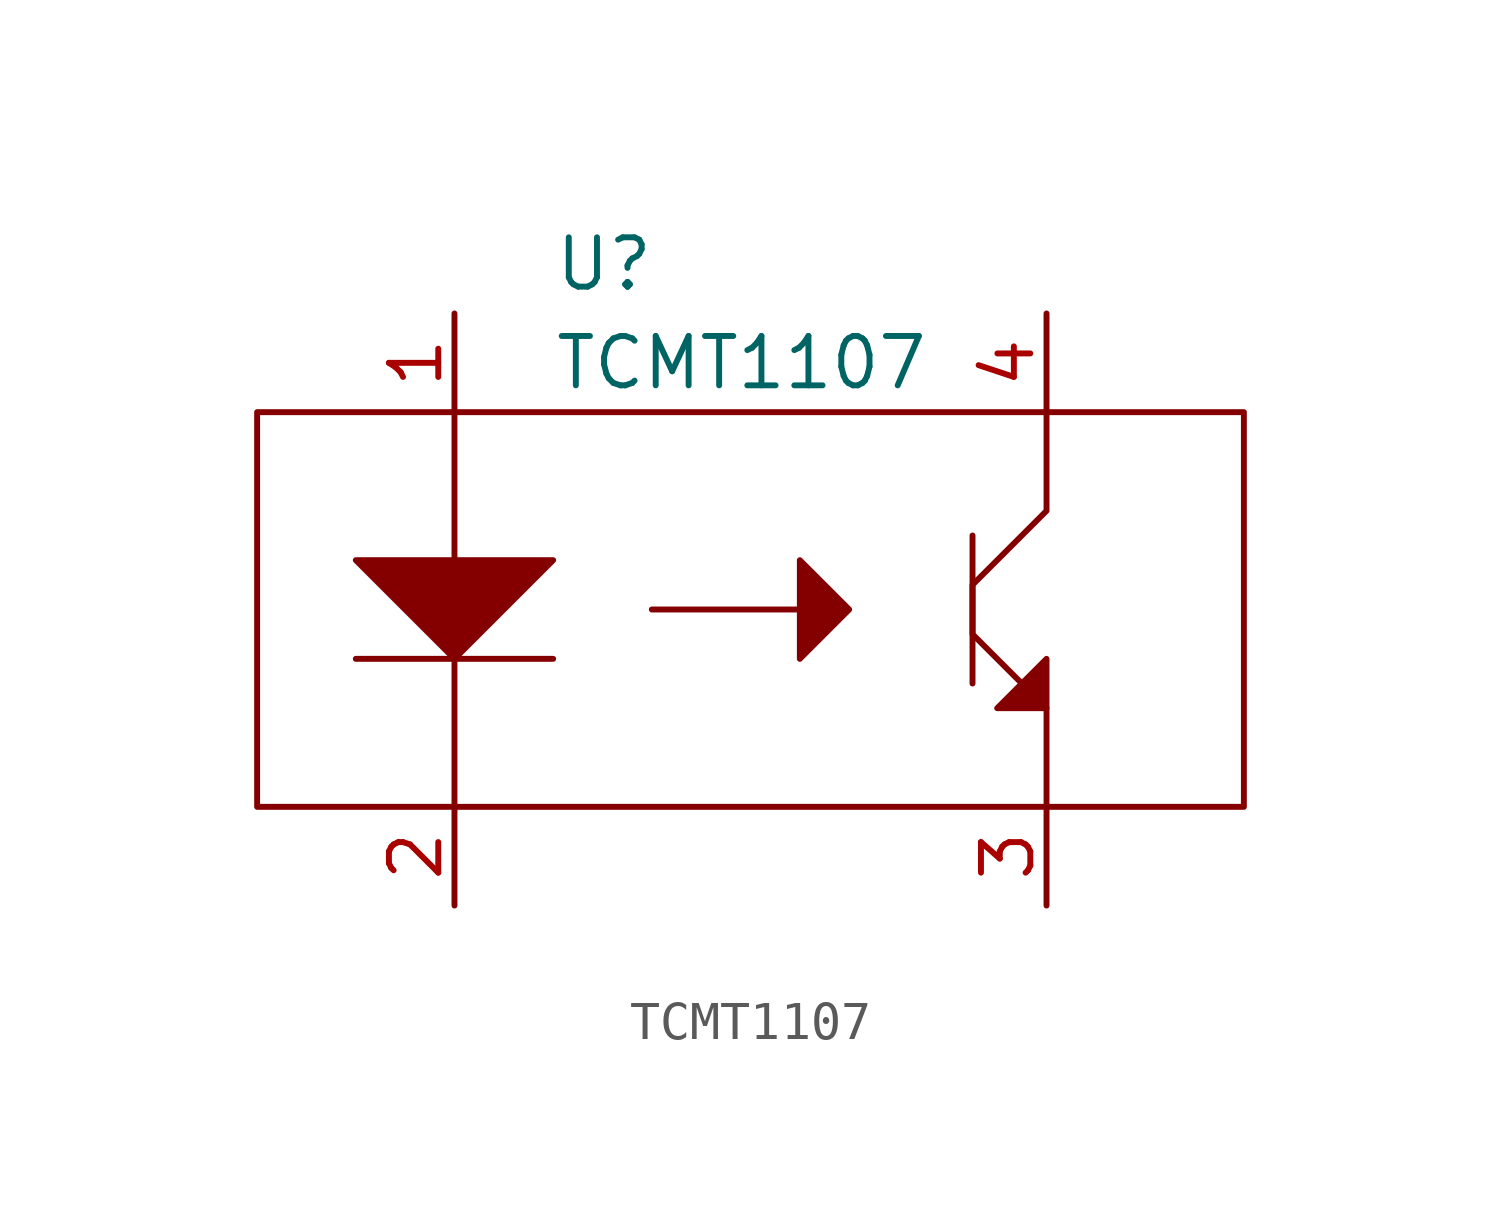
<source format=kicad_sym>
(kicad_symbol_lib
  (version 20211014)
  (generator kicad_symbol_editor)
  (symbol "TCMT1107"
    (pin_names hide)
    (property "Reference" "U"
      (at -5.08 8.89 0)
      (effects (font (size 1.27 1.27)) (justify left)))
    (property "Value" "TCMT1107"
      (at -5.08 6.35 0)
      (effects (font (size 1.27 1.27)) (justify left)))
    (symbol "TCMT1107_0_1"
      (rectangle (start -12.7 -5.08) (end 12.7 5.08) (stroke (width 0.152) (type default) (color 0 0 0 0)) (fill (type none)))
      (polyline (pts (xy -10.16 -1.27) (xy -5.08 -1.27)) (stroke (width 0.152) (type default) (color 0 0 0 0)) (fill (type none)))
      (polyline (pts (xy -7.62 -1.27) (xy -7.62 -5.08)) (stroke (width 0.152) (type default) (color 0 0 0 0)) (fill (type none)))
      (polyline (pts (xy -7.62 1.27) (xy -7.62 5.08)) (stroke (width 0.152) (type default) (color 0 0 0 0)) (fill (type none)))
      (polyline (pts (xy 5.715 1.905) (xy 5.715 -1.905)) (stroke (width 0.152) (type default) (color 0 0 0 0)) (fill (type none)))
      (polyline (pts (xy -10.16 1.27) (xy -7.62 -1.27) (xy -5.08 1.27) (xy -10.16 1.27)) (stroke (width 0.152) (type default) (color 0 0 0 0)) (fill (type outline)))
      (polyline (pts (xy -2.54 0) (xy 2.54 0) (xy 1.27 -1.27) (xy 1.27 1.27) (xy 2.54 0)) (stroke (width 0.152) (type default) (color 0 0 0 0)) (fill (type outline)))
      (polyline (pts (xy 7.62 -2.54) (xy 7.62 -1.905) (xy 7.62 -1.27) (xy 6.35 -2.54) (xy 7.62 -2.54)) (stroke (width 0.152) (type default) (color 0 0 0 0)) (fill (type outline)))
      (polyline (pts (xy 7.62 5.08) (xy 7.62 2.54) (xy 5.715 0.635) (xy 5.715 -0.635) (xy 7.62 -2.54) (xy 7.62 -5.08)) (stroke (width 0.152) (type default) (color 0 0 0 0)) (fill (type none))))
    (symbol "TCMT1107_1_1"
      (pin passive line (at -7.62 7.62 270) (length 2.54) (name "A" (effects (font (size 1.27 1.27)))) (number "1" (effects (font (size 1.27 1.27)))))
      (pin passive line (at -7.62 -7.62 90) (length 2.54) (name "K" (effects (font (size 1.27 1.27)))) (number "2" (effects (font (size 1.27 1.27)))))
      (pin passive line (at 7.62 -7.62 90) (length 2.54) (name "OUT" (effects (font (size 1.27 1.27)))) (number "3" (effects (font (size 1.27 1.27)))))
      (pin passive line (at 7.62 7.62 270) (length 2.54) (name "IN" (effects (font (size 1.27 1.27)))) (number "4" (effects (font (size 1.27 1.27))))))))
</source>
